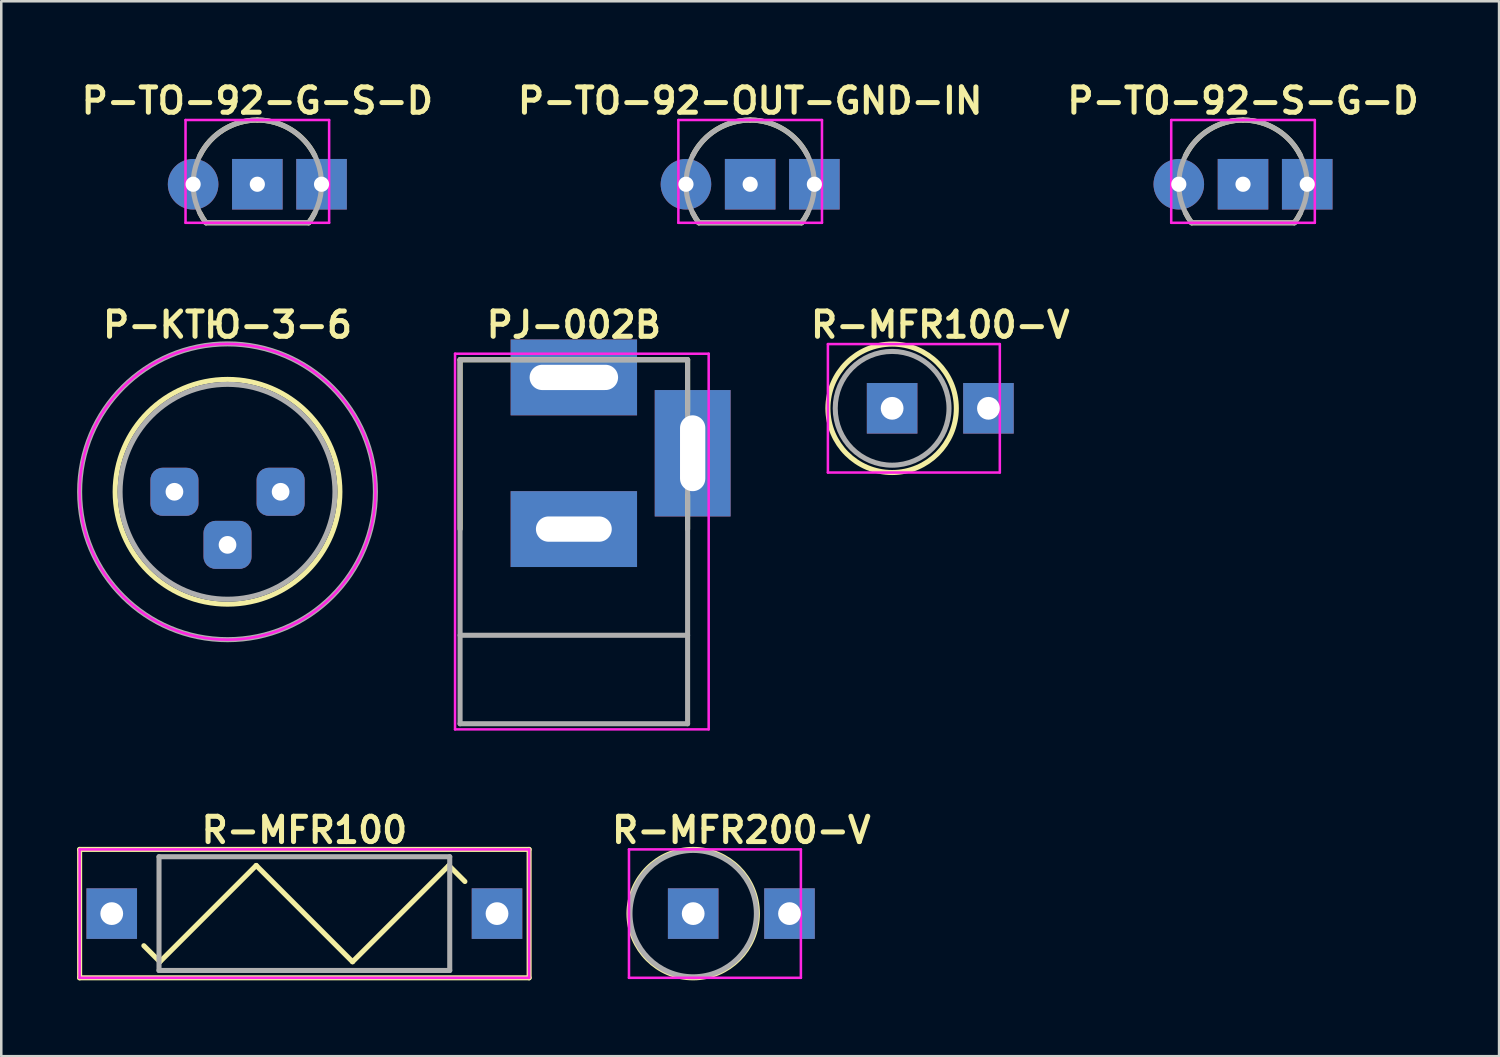
<source format=kicad_pcb>
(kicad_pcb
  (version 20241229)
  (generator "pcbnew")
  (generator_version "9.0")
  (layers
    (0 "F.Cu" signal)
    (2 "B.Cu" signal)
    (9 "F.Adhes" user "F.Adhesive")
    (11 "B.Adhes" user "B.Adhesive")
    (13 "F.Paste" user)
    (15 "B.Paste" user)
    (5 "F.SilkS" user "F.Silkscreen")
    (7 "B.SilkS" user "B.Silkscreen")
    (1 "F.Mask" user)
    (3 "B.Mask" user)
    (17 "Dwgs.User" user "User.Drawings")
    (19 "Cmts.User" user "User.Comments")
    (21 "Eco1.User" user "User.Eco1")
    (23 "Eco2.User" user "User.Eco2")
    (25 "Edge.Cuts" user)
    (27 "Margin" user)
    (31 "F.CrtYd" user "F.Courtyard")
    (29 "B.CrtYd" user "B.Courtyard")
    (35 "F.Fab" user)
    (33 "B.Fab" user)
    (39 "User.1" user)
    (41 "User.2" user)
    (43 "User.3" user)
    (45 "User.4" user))
  (footprint "P-TO-92-G-S-D"
    (layer "F.Cu")
    (at 7.129 4.238)
    (property "Reference" "P-TO-92-G-S-D" (at 0 -3.302 0) (layer "F.SilkS") (effects (font (size 1 1) (thickness 0.2))))
    (attr through_hole)
    (fp_line (start -2.032 1.524) (end 2.032 1.524) (stroke (width 0.2) (type solid)) (layer "F.SilkS"))
    (fp_arc (start -2.271152 -1.137308) (mid -1.334698 -2.16106) (end 0 -2.54) (stroke (width 0.2) (type solid)) (layer "F.SilkS"))
    (fp_arc (start -2.032 1.524) (mid -2.160597 1.335449) (end -2.271749 1.136115) (stroke (width 0.2) (type solid)) (layer "F.SilkS"))
    (fp_arc (start 0 -2.54) (mid 1.334698 -2.16106) (end 2.271152 -1.137308) (stroke (width 0.2) (type solid)) (layer "F.SilkS"))
    (fp_arc (start 2.271845 1.135922) (mid 2.160653 1.335357) (end 2.032 1.524) (stroke (width 0.2) (type solid)) (layer "F.SilkS"))
    (fp_line (start -2.84 -2.54) (end -2.84 1.525) (stroke (width 0.1) (type solid)) (layer "F.CrtYd"))
    (fp_line (start -2.84 -2.54) (end 2.84 -2.54) (stroke (width 0.1) (type solid)) (layer "F.CrtYd"))
    (fp_line (start -2.84 1.525) (end 2.84 1.525) (stroke (width 0.1) (type solid)) (layer "F.CrtYd"))
    (fp_line (start 2.84 -2.54) (end 2.84 1.525) (stroke (width 0.1) (type solid)) (layer "F.CrtYd"))
    (fp_line (start -2.031 1.525) (end 2.031 1.525) (stroke (width 0.2) (type solid)) (layer "F.Fab"))
    (fp_arc (start -2.03125 1.525) (mid 0.000084 -2.54) (end 2.031149 1.525135) (stroke (width 0.2) (type solid)) (layer "F.Fab"))
    (pad "D" thru_hole rect (at 2.54 0) (size 2 2) (drill 0.6) (layers "*.Cu" "*.Mask"))
    (pad "G" thru_hole circle (at -2.54 0) (size 2 2) (drill 0.6) (layers "*.Cu" "*.Mask"))
    (pad "S" thru_hole rect (at 0 0) (size 2 2) (drill 0.6) (layers "*.Cu" "*.Mask")))
  (footprint "R-MFR100"
    (layer "F.Cu")
    (at 8.99 33.089)
    (property "Reference" "R-MFR100" (at 0 -3.302 0) (layer "F.SilkS") (effects (font (size 1 1) (thickness 0.2))))
    (attr through_hole)
    (fp_line (start -8.89 -2.54) (end -8.89 2.54) (stroke (width 0.2) (type solid)) (layer "F.SilkS"))
    (fp_line (start -8.89 -2.54) (end 8.89 -2.54) (stroke (width 0.2) (type solid)) (layer "F.SilkS"))
    (fp_line (start -8.89 2.54) (end 8.89 2.54) (stroke (width 0.2) (type solid)) (layer "F.SilkS"))
    (fp_line (start -6.35 1.27) (end -5.715 1.905) (stroke (width 0.2) (type solid)) (layer "F.SilkS"))
    (fp_line (start -5.715 1.905) (end -1.905 -1.905) (stroke (width 0.2) (type solid)) (layer "F.SilkS"))
    (fp_line (start -1.905 -1.905) (end 1.905 1.905) (stroke (width 0.2) (type solid)) (layer "F.SilkS"))
    (fp_line (start 1.905 1.905) (end 5.715 -1.905) (stroke (width 0.2) (type solid)) (layer "F.SilkS"))
    (fp_line (start 5.715 -1.905) (end 6.35 -1.27) (stroke (width 0.2) (type solid)) (layer "F.SilkS"))
    (fp_line (start 8.89 -2.54) (end 8.89 2.54) (stroke (width 0.2) (type solid)) (layer "F.SilkS"))
    (fp_line (start -8.89 -2.54) (end 8.89 -2.54) (stroke (width 0.1) (type solid)) (layer "F.CrtYd"))
    (fp_line (start -8.89 2.54) (end -8.89 -2.54) (stroke (width 0.1) (type solid)) (layer "F.CrtYd"))
    (fp_line (start 8.89 -2.54) (end 8.89 2.54) (stroke (width 0.1) (type solid)) (layer "F.CrtYd"))
    (fp_line (start 8.89 2.54) (end -8.89 2.54) (stroke (width 0.1) (type solid)) (layer "F.CrtYd"))
    (fp_line (start -5.75 -2.25) (end -5.75 2.25) (stroke (width 0.2) (type solid)) (layer "F.Fab"))
    (fp_line (start -5.75 -2.25) (end 5.75 -2.25) (stroke (width 0.2) (type solid)) (layer "F.Fab"))
    (fp_line (start -5.75 2.25) (end 5.75 2.25) (stroke (width 0.2) (type solid)) (layer "F.Fab"))
    (fp_line (start 5.75 -2.25) (end 5.75 2.25) (stroke (width 0.2) (type solid)) (layer "F.Fab"))
    (pad "1" thru_hole rect (at -7.62 0) (size 2 2) (drill 0.9) (layers "*.Cu" "*.Mask"))
    (pad "2" thru_hole rect (at 7.62 0) (size 2 2) (drill 0.9) (layers "*.Cu" "*.Mask")))
  (footprint "P-КТЮ-3-6"
    (layer "F.Cu")
    (at 5.95 16.403)
    (property "Reference" "P-КТЮ-3-6" (at 0 -6.604 0) (layer "F.SilkS") (effects (font (size 1 1) (thickness 0.2))))
    (attr through_hole)
    (fp_circle (center 0 0) (end 4.445 0) (stroke (width 0.2) (type solid)) (fill no) (layer "F.SilkS"))
    (fp_circle (center 0 0) (end 5.85 0) (stroke (width 0.1) (type solid)) (fill no) (layer "F.CrtYd"))
    (fp_circle (center 0 0) (end 4.25 0) (stroke (width 0.2) (type solid)) (fill no) (layer "F.Fab"))
    (fp_circle (center 0 0) (end 5.85 0) (stroke (width 0.2) (type solid)) (fill no) (layer "F.Fab"))
    (pad "B" thru_hole roundrect (at 0 2.1) (size 1.9 1.9) (drill 0.7) (layers "B.Cu" "B.Mask") (roundrect_rratio 0.25))
    (pad "C" thru_hole roundrect (at 2.1 0) (size 1.9 1.9) (drill 0.7) (layers "B.Cu" "B.Mask") (roundrect_rratio 0.25))
    (pad "E" thru_hole roundrect (at -2.1 0) (size 1.9 1.9) (drill 0.7) (layers "B.Cu" "B.Mask") (roundrect_rratio 0.25)))
  (footprint "R-MFR200-V"
    (layer "F.Cu")
    (at 26.275 33.089)
    (property "Reference" "R-MFR200-V" (at 0 -3.302 0) (layer "F.SilkS") (effects (font (size 1 1) (thickness 0.2))))
    (attr through_hole)
    (fp_circle (center -1.905 0) (end 0.635 0) (stroke (width 0.2) (type solid)) (fill no) (layer "F.SilkS"))
    (fp_line (start -4.445 -2.54) (end -4.445 2.54) (stroke (width 0.1) (type solid)) (layer "F.CrtYd"))
    (fp_line (start -4.445 -2.54) (end 2.355 -2.54) (stroke (width 0.1) (type solid)) (layer "F.CrtYd"))
    (fp_line (start -4.445 2.54) (end 2.355 2.54) (stroke (width 0.1) (type solid)) (layer "F.CrtYd"))
    (fp_line (start 2.355 -2.54) (end 2.355 2.54) (stroke (width 0.1) (type solid)) (layer "F.CrtYd"))
    (fp_circle (center -1.905 0) (end 0.595 0) (stroke (width 0.2) (type solid)) (fill no) (layer "F.Fab"))
    (pad "1" thru_hole rect (at -1.905 0) (size 2 2) (drill 0.9) (layers "B.Cu" "B.Mask"))
    (pad "2" thru_hole rect (at 1.905 0) (size 2 2) (drill 0.9) (layers "B.Cu" "B.Mask")))
  (footprint "R-MFR100-V"
    (layer "F.Cu")
    (at 34.144 13.101)
    (property "Reference" "R-MFR100-V" (at 0 -3.302 0) (layer "F.SilkS") (effects (font (size 1 1) (thickness 0.2))))
    (attr through_hole)
    (fp_circle (center -1.905 0) (end 0.635 0) (stroke (width 0.2) (type solid)) (fill no) (layer "F.SilkS"))
    (fp_line (start -4.445 -2.54) (end -4.445 2.54) (stroke (width 0.1) (type solid)) (layer "F.CrtYd"))
    (fp_line (start -4.445 -2.54) (end 2.355 -2.54) (stroke (width 0.1) (type solid)) (layer "F.CrtYd"))
    (fp_line (start -4.445 2.54) (end 2.355 2.54) (stroke (width 0.1) (type solid)) (layer "F.CrtYd"))
    (fp_line (start 2.355 -2.54) (end 2.355 2.54) (stroke (width 0.1) (type solid)) (layer "F.CrtYd"))
    (fp_circle (center -1.905 0) (end 0.345 0) (stroke (width 0.2) (type solid)) (fill no) (layer "F.Fab"))
    (pad "1" thru_hole rect (at -1.905 0) (size 2 2) (drill 0.9) (layers "B.Cu" "B.Mask"))
    (pad "2" thru_hole rect (at 1.905 0) (size 2 2) (drill 0.9) (layers "B.Cu" "B.Mask")))
  (footprint "P-TO-92-OUT-GND-IN"
    (layer "F.Cu")
    (at 26.624 4.238)
    (property "Reference" "P-TO-92-OUT-GND-IN" (at 0 -3.302 0) (layer "F.SilkS") (effects (font (size 1 1) (thickness 0.2))))
    (attr through_hole)
    (fp_line (start -2.032 1.524) (end 2.032 1.524) (stroke (width 0.2) (type solid)) (layer "F.SilkS"))
    (fp_arc (start -2.271152 -1.137308) (mid -1.334698 -2.16106) (end 0 -2.54) (stroke (width 0.2) (type solid)) (layer "F.SilkS"))
    (fp_arc (start -2.032 1.524) (mid -2.160597 1.335449) (end -2.271749 1.136115) (stroke (width 0.2) (type solid)) (layer "F.SilkS"))
    (fp_arc (start 0 -2.54) (mid 1.334698 -2.16106) (end 2.271152 -1.137308) (stroke (width 0.2) (type solid)) (layer "F.SilkS"))
    (fp_arc (start 2.271845 1.135922) (mid 2.160653 1.335357) (end 2.032 1.524) (stroke (width 0.2) (type solid)) (layer "F.SilkS"))
    (fp_line (start -2.84 -2.54) (end -2.84 1.525) (stroke (width 0.1) (type solid)) (layer "F.CrtYd"))
    (fp_line (start -2.84 -2.54) (end 2.84 -2.54) (stroke (width 0.1) (type solid)) (layer "F.CrtYd"))
    (fp_line (start -2.84 1.525) (end 2.84 1.525) (stroke (width 0.1) (type solid)) (layer "F.CrtYd"))
    (fp_line (start 2.84 -2.54) (end 2.84 1.525) (stroke (width 0.1) (type solid)) (layer "F.CrtYd"))
    (fp_line (start -2.031 1.525) (end 2.031 1.525) (stroke (width 0.2) (type solid)) (layer "F.Fab"))
    (fp_arc (start -2.03125 1.525) (mid 0.000084 -2.54) (end 2.031149 1.525135) (stroke (width 0.2) (type solid)) (layer "F.Fab"))
    (pad "GND" thru_hole rect (at 0 0) (size 2 2) (drill 0.6) (layers "*.Cu" "*.Mask"))
    (pad "IN" thru_hole rect (at 2.54 0) (size 2 2) (drill 0.6) (layers "*.Cu" "*.Mask"))
    (pad "OUT" thru_hole circle (at -2.54 0) (size 2 2) (drill 0.6) (layers "*.Cu" "*.Mask")))
  (footprint "P-TO-92-S-G-D"
    (layer "F.Cu")
    (at 46.119 4.238)
    (property "Reference" "P-TO-92-S-G-D" (at 0 -3.302 0) (layer "F.SilkS") (effects (font (size 1 1) (thickness 0.2))))
    (attr through_hole)
    (fp_line (start -2.032 1.524) (end 2.032 1.524) (stroke (width 0.2) (type solid)) (layer "F.SilkS"))
    (fp_arc (start -2.271152 -1.137308) (mid -1.334698 -2.16106) (end 0 -2.54) (stroke (width 0.2) (type solid)) (layer "F.SilkS"))
    (fp_arc (start -2.032 1.524) (mid -2.160597 1.335449) (end -2.271749 1.136115) (stroke (width 0.2) (type solid)) (layer "F.SilkS"))
    (fp_arc (start 0 -2.54) (mid 1.334698 -2.16106) (end 2.271152 -1.137308) (stroke (width 0.2) (type solid)) (layer "F.SilkS"))
    (fp_arc (start 2.271845 1.135922) (mid 2.160653 1.335357) (end 2.032 1.524) (stroke (width 0.2) (type solid)) (layer "F.SilkS"))
    (fp_line (start -2.84 -2.54) (end -2.84 1.525) (stroke (width 0.1) (type solid)) (layer "F.CrtYd"))
    (fp_line (start -2.84 -2.54) (end 2.84 -2.54) (stroke (width 0.1) (type solid)) (layer "F.CrtYd"))
    (fp_line (start -2.84 1.525) (end 2.84 1.525) (stroke (width 0.1) (type solid)) (layer "F.CrtYd"))
    (fp_line (start 2.84 -2.54) (end 2.84 1.525) (stroke (width 0.1) (type solid)) (layer "F.CrtYd"))
    (fp_line (start -2.031 1.525) (end 2.031 1.525) (stroke (width 0.2) (type solid)) (layer "F.Fab"))
    (fp_arc (start -2.03125 1.525) (mid 0.000084 -2.54) (end 2.031149 1.525135) (stroke (width 0.2) (type solid)) (layer "F.Fab"))
    (pad "D" thru_hole rect (at 2.54 0) (size 2 2) (drill 0.6) (layers "*.Cu" "*.Mask"))
    (pad "G" thru_hole rect (at 0 0) (size 2 2) (drill 0.6) (layers "*.Cu" "*.Mask"))
    (pad "S" thru_hole circle (at -2.54 0) (size 2 2) (drill 0.6) (layers "*.Cu" "*.Mask")))
  (footprint "PJ-002B"
    (layer "F.Cu")
    (at 19.649 14.879)
    (property "Reference" "PJ-002B" (at 0 -5.08 0) (layer "F.SilkS") (effects (font (size 1 1) (thickness 0.2))))
    (attr through_hole)
    (fp_line (start -4.5 -3.7) (end -4.5 3) (stroke (width 0.2) (type solid)) (layer "F.SilkS"))
    (fp_line (start -4.5 -3.7) (end 4.5 -3.7) (stroke (width 0.2) (type solid)) (layer "F.SilkS"))
    (fp_line (start 4.5 -3.7) (end 4.5 -1.651) (stroke (width 0.2) (type solid)) (layer "F.SilkS"))
    (fp_line (start 4.5 1.651) (end 4.5 3) (stroke (width 0.2) (type solid)) (layer "F.SilkS"))
    (fp_line (start -4.699 -3.937) (end -4.699 10.922) (stroke (width 0.1) (type solid)) (layer "F.CrtYd"))
    (fp_line (start -4.699 -3.937) (end 5.334 -3.937) (stroke (width 0.1) (type solid)) (layer "F.CrtYd"))
    (fp_line (start -4.699 10.922) (end 5.334 10.922) (stroke (width 0.1) (type solid)) (layer "F.CrtYd"))
    (fp_line (start 5.334 -3.937) (end 5.334 10.922) (stroke (width 0.1) (type solid)) (layer "F.CrtYd"))
    (fp_line (start -4.5 -3.7) (end -4.5 10.7) (stroke (width 0.2) (type solid)) (layer "F.Fab"))
    (fp_line (start -4.5 -3.7) (end 4.5 -3.7) (stroke (width 0.2) (type solid)) (layer "F.Fab"))
    (fp_line (start -4.5 7.2) (end 4.5 7.2) (stroke (width 0.2) (type solid)) (layer "F.Fab"))
    (fp_line (start -4.5 10.7) (end 4.5 10.7) (stroke (width 0.2) (type solid)) (layer "F.Fab"))
    (fp_line (start 4.5 -3.7) (end 4.5 10.7) (stroke (width 0.2) (type solid)) (layer "F.Fab"))
    (pad "1" thru_hole rect (at 0 -3) (size 5 3) (drill oval 3.5 1) (layers "*.Mask" "B.Cu"))
    (pad "2" thru_hole rect (at 0 3) (size 5 3) (drill oval 3 1) (layers "*.Mask" "B.Cu"))
    (pad "3" thru_hole rect (at 4.7 0) (size 3 5) (drill oval 1 3) (layers "*.Mask" "B.Cu")))
  (gr_rect
    (start -3 -3)
    (end 56.248 38.729)
    (stroke (width 0.1) (type default))
    (fill no)
    (layer "Edge.Cuts")))
</source>
